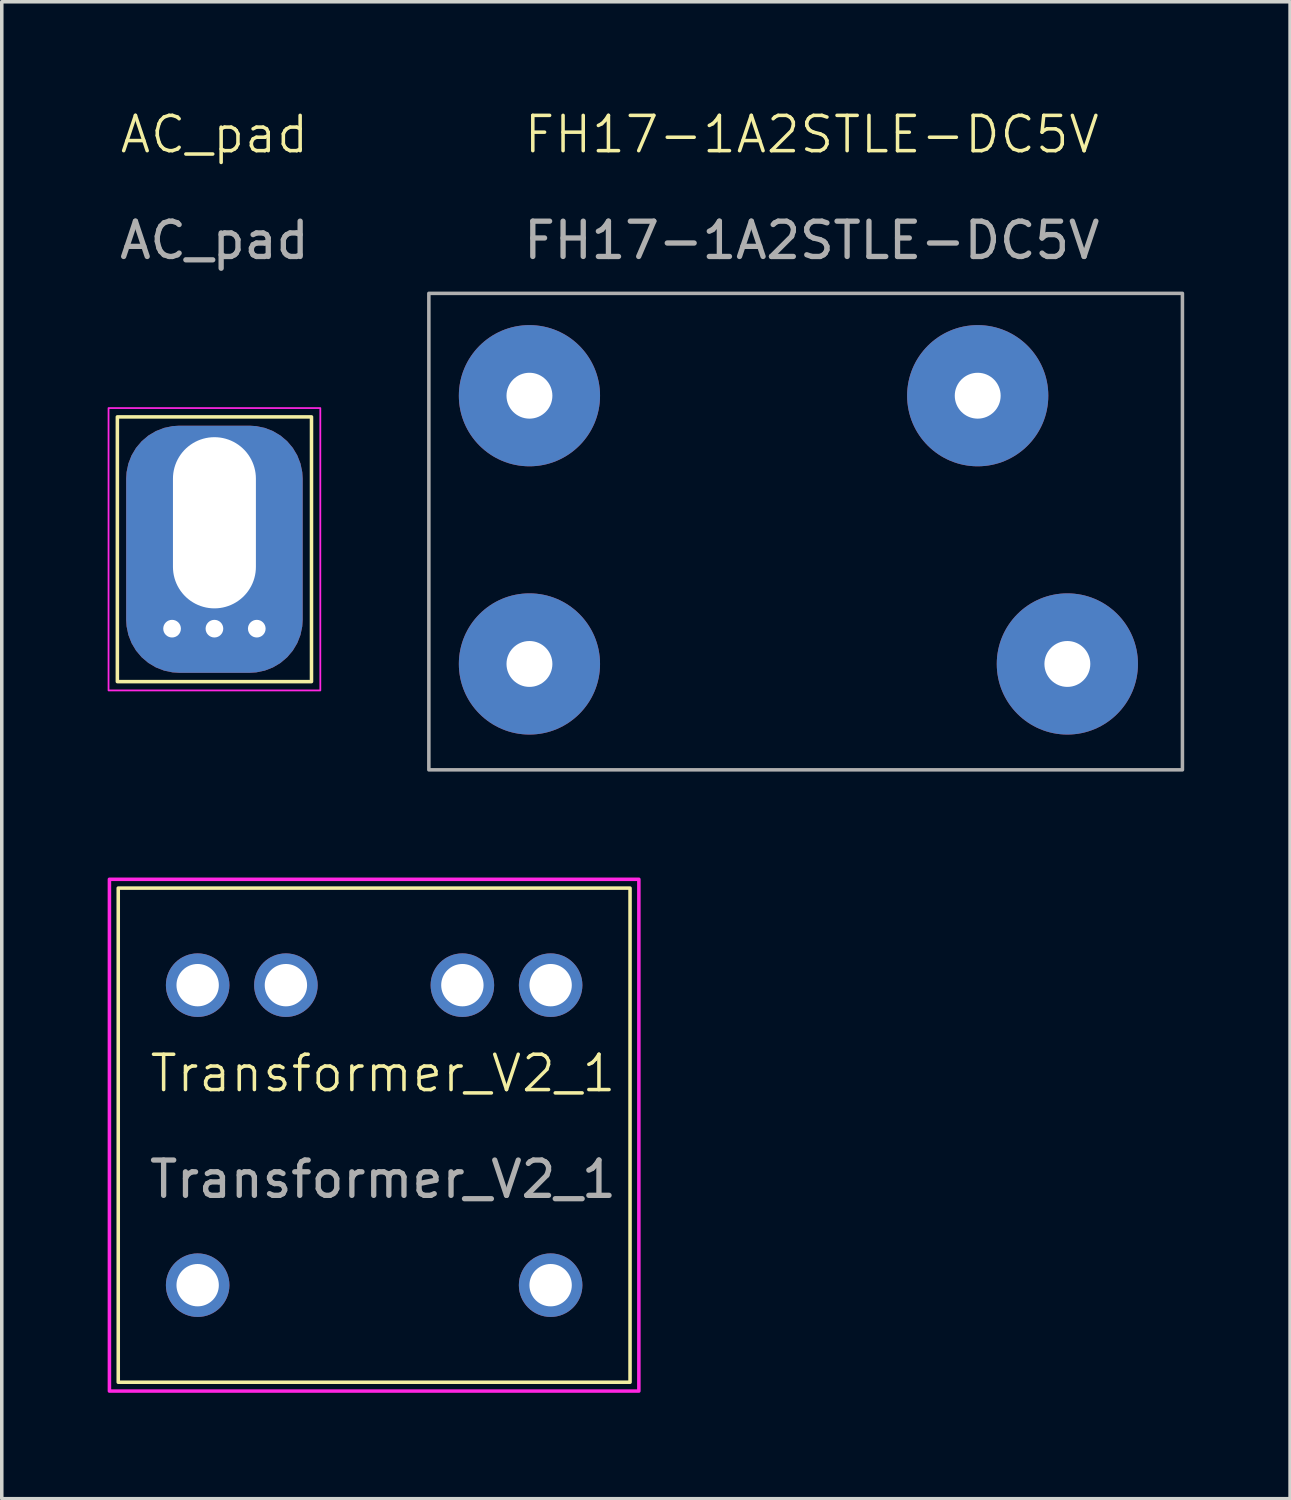
<source format=kicad_pcb>
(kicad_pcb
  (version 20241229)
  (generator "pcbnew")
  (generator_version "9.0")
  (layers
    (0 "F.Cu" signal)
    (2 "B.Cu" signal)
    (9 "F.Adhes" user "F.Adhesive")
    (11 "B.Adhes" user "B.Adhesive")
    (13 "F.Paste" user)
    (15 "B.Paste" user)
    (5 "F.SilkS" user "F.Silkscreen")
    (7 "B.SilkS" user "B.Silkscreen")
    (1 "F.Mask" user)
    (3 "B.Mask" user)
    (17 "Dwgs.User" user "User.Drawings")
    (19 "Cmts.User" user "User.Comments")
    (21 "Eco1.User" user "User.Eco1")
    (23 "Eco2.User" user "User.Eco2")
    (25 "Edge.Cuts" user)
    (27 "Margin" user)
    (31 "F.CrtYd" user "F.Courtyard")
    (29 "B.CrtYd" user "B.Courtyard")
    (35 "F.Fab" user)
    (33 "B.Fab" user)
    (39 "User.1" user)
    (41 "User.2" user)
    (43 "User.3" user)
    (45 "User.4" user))
  (footprint "FH17-1A2STLE-DC5V"
    (layer "F.Cu")
    (at 11.95 15.761)
    (property "Reference" "FH17-1A2STLE-DC5V" (at 8 -15 0) (unlocked yes) (layer "F.SilkS") (effects (font (size 1 1) (thickness 0.1))))
    (attr through_hole)
    (fp_rect (start -2.85 -10.5) (end 18.5 3) (stroke (width 0.1) (type default)) (fill no) (layer "F.Fab"))
    (fp_text user "${REFERENCE}" (at 8 -12 0) (unlocked yes) (layer "F.Fab") (effects (font (size 1 1) (thickness 0.15))))
    (pad "13" thru_hole circle (at 12.7 -7.6) (size 4 4) (drill 1.3) (layers "*.Cu" "*.Mask"))
    (pad "14" thru_hole circle (at 15.24 0) (size 4 4) (drill 1.3) (layers "*.Cu" "*.Mask"))
    (pad "A1" thru_hole circle (at 0 0) (size 4 4) (drill 1.3) (layers "*.Cu" "*.Mask"))
    (pad "A2" thru_hole circle (at 0 -7.6) (size 4 4) (drill 1.3) (layers "*.Cu" "*.Mask")))
  (footprint "Transformer_V2_1"
    (layer "F.Cu")
    (at 2.55 33.361)
    (property "Reference" "Transformer_V2_1" (at 5.25 -6 0) (unlocked yes) (layer "F.SilkS") (effects (font (size 1 1) (thickness 0.1))))
    (attr through_hole)
    (fp_rect (start -2.25 -11.25) (end 12.25 2.75) (stroke (width 0.1) (type default)) (fill no) (layer "F.SilkS"))
    (fp_rect (start -2.5 -11.5) (end 12.5 3) (stroke (width 0.1) (type default)) (fill no) (layer "F.CrtYd"))
    (fp_text user "${REFERENCE}" (at 5.25 -3 0) (unlocked yes) (layer "F.Fab") (effects (font (size 1 1) (thickness 0.15))))
    (pad "1" thru_hole circle (at 2.5 -8.5) (size 1.8 1.8) (drill 1.2) (layers "*.Cu" "*.Mask"))
    (pad "2" thru_hole circle (at 0 -8.5) (size 1.8 1.8) (drill 1.2) (layers "*.Cu" "*.Mask"))
    (pad "3" thru_hole circle (at 0 0) (size 1.8 1.8) (drill 1.2) (layers "*.Cu" "*.Mask"))
    (pad "4" thru_hole circle (at 10 0) (size 1.8 1.8) (drill 1.2) (layers "*.Cu" "*.Mask"))
    (pad "5" thru_hole circle (at 7.5 -8.5) (size 1.8 1.8) (drill 1.2) (layers "*.Cu" "*.Mask"))
    (pad "6" thru_hole circle (at 10 -8.5) (size 1.8 1.8) (drill 1.2) (layers "*.Cu" "*.Mask")))
  (footprint "AC_pad"
    (layer "F.Cu")
    (at 3.025 11.761)
    (property "Reference" "AC_pad" (at 0 -11 0) (unlocked yes) (layer "F.SilkS") (effects (font (size 1 1) (thickness 0.1))))
    (attr through_hole)
    (fp_rect (start -2.75 -3) (end 2.75 4.5) (stroke (width 0.1) (type default)) (fill no) (layer "F.SilkS"))
    (fp_rect (start -3 -3.25) (end 3 4.75) (stroke (width 0.05) (type default)) (fill no) (layer "F.CrtYd"))
    (fp_text user "${REFERENCE}" (at 0 -8 0) (unlocked yes) (layer "F.Fab") (effects (font (size 1 1) (thickness 0.15))))
    (pad "1" thru_hole circle (at -1.2 3) (size 0.7 0.7) (drill 0.5) (layers "*.Cu" "*.Mask"))
    (pad "1" thru_hole roundrect (at 0 0) (size 5 7) (drill oval 2.35 4.85 (offset 0 0.75)) (layers "*.Cu" "*.Mask") (roundrect_rratio 0.3))
    (pad "1" thru_hole circle (at 0 3) (size 0.7 0.7) (drill 0.5) (layers "*.Cu" "*.Mask"))
    (pad "1" thru_hole circle (at 1.2 3) (size 0.7 0.7) (drill 0.5) (layers "*.Cu" "*.Mask")))
  (gr_rect
    (start -3 -3)
    (end 33.5 39.41)
    (stroke (width 0.1) (type default))
    (fill no)
    (layer "Edge.Cuts")))
</source>
